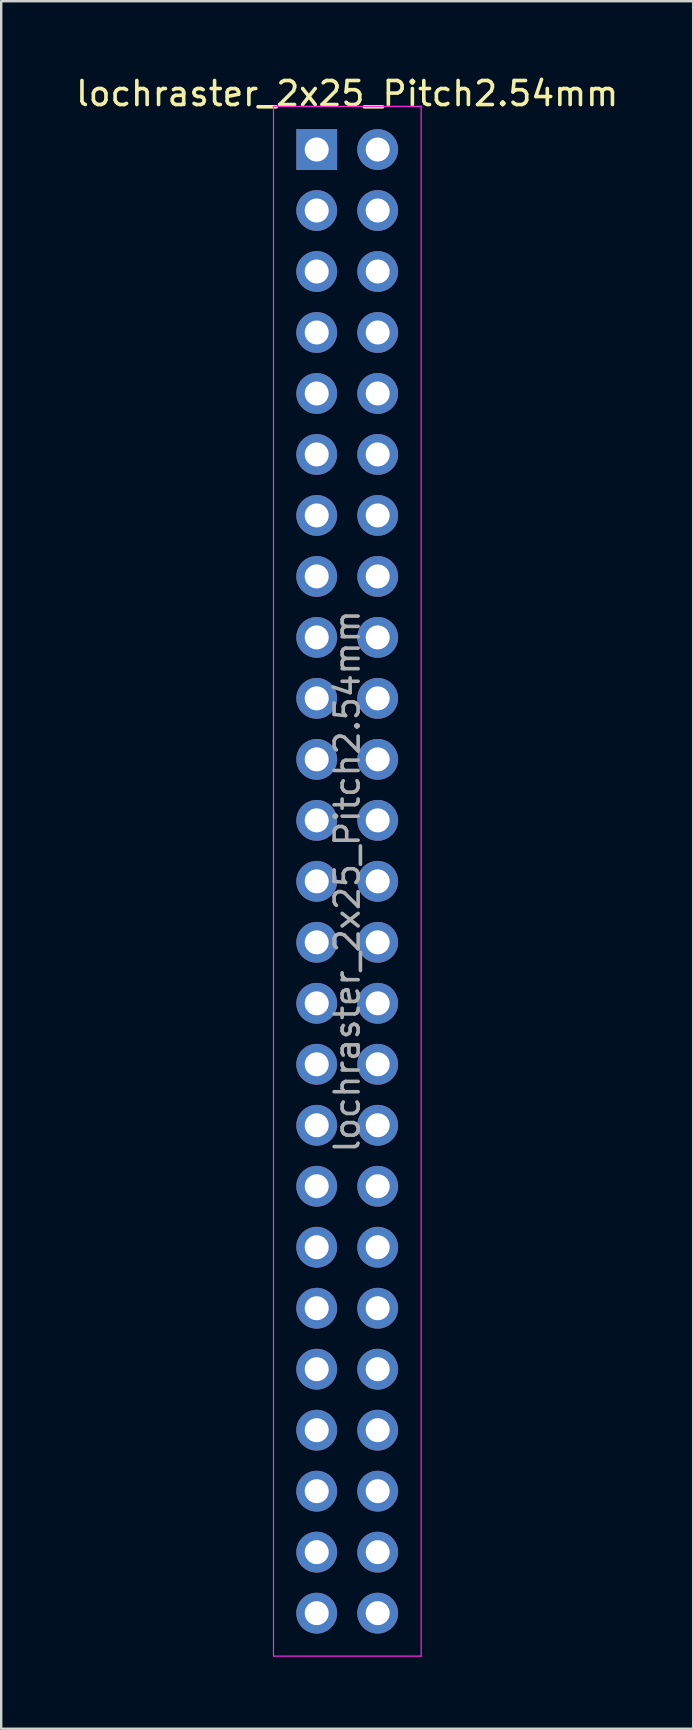
<source format=kicad_pcb>
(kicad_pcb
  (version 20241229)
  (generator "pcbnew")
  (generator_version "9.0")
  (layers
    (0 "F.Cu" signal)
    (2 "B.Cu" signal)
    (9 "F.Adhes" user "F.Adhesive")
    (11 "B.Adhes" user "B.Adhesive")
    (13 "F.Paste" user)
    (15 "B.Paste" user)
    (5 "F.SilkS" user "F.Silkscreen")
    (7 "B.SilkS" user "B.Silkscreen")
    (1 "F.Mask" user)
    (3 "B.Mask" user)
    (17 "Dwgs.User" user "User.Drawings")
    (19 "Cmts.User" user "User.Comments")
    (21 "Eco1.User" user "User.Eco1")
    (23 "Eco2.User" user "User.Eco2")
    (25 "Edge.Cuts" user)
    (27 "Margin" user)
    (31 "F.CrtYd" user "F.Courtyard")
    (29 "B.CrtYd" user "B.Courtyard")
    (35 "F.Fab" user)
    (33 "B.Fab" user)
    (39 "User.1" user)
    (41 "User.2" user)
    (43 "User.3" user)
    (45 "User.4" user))
  (footprint "lochraster_2x25_Pitch2.54mm"
    (layer "F.Cu")
    (at 10.141 3.178)
    (property "Reference" "lochraster_2x25_Pitch2.54mm" (at 1.27 -2.33 0) (layer "F.SilkS") (effects (font (size 1 1) (thickness 0.15))))
    (attr through_hole)
    (fp_line (start -1.8 -1.8) (end -1.8 62.75) (stroke (width 0.05) (type solid)) (layer "F.CrtYd"))
    (fp_line (start -1.8 62.75) (end 4.35 62.75) (stroke (width 0.05) (type solid)) (layer "F.CrtYd"))
    (fp_line (start 4.35 -1.8) (end -1.8 -1.8) (stroke (width 0.05) (type solid)) (layer "F.CrtYd"))
    (fp_line (start 4.35 62.75) (end 4.35 -1.8) (stroke (width 0.05) (type solid)) (layer "F.CrtYd"))
    (fp_text user "${REFERENCE}" (at 1.27 30.48 90) (layer "F.Fab") (effects (font (size 1 1) (thickness 0.15))))
    (pad "1" thru_hole rect (at 0 0) (size 1.7 1.7) (drill 1) (layers "*.Cu" "*.Mask"))
    (pad "2" thru_hole oval (at 2.54 0) (size 1.7 1.7) (drill 1) (layers "*.Cu" "*.Mask"))
    (pad "3" thru_hole oval (at 0 2.54) (size 1.7 1.7) (drill 1) (layers "*.Cu" "*.Mask"))
    (pad "4" thru_hole oval (at 2.54 2.54) (size 1.7 1.7) (drill 1) (layers "*.Cu" "*.Mask"))
    (pad "5" thru_hole oval (at 0 5.08) (size 1.7 1.7) (drill 1) (layers "*.Cu" "*.Mask"))
    (pad "6" thru_hole oval (at 2.54 5.08) (size 1.7 1.7) (drill 1) (layers "*.Cu" "*.Mask"))
    (pad "7" thru_hole oval (at 0 7.62) (size 1.7 1.7) (drill 1) (layers "*.Cu" "*.Mask"))
    (pad "8" thru_hole oval (at 2.54 7.62) (size 1.7 1.7) (drill 1) (layers "*.Cu" "*.Mask"))
    (pad "9" thru_hole oval (at 0 10.16) (size 1.7 1.7) (drill 1) (layers "*.Cu" "*.Mask"))
    (pad "10" thru_hole oval (at 2.54 10.16) (size 1.7 1.7) (drill 1) (layers "*.Cu" "*.Mask"))
    (pad "11" thru_hole oval (at 0 12.7) (size 1.7 1.7) (drill 1) (layers "*.Cu" "*.Mask"))
    (pad "12" thru_hole oval (at 2.54 12.7) (size 1.7 1.7) (drill 1) (layers "*.Cu" "*.Mask"))
    (pad "13" thru_hole oval (at 0 15.24) (size 1.7 1.7) (drill 1) (layers "*.Cu" "*.Mask"))
    (pad "14" thru_hole oval (at 2.54 15.24) (size 1.7 1.7) (drill 1) (layers "*.Cu" "*.Mask"))
    (pad "15" thru_hole oval (at 0 17.78) (size 1.7 1.7) (drill 1) (layers "*.Cu" "*.Mask"))
    (pad "16" thru_hole oval (at 2.54 17.78) (size 1.7 1.7) (drill 1) (layers "*.Cu" "*.Mask"))
    (pad "17" thru_hole oval (at 0 20.32) (size 1.7 1.7) (drill 1) (layers "*.Cu" "*.Mask"))
    (pad "18" thru_hole oval (at 2.54 20.32) (size 1.7 1.7) (drill 1) (layers "*.Cu" "*.Mask"))
    (pad "19" thru_hole oval (at 0 22.86) (size 1.7 1.7) (drill 1) (layers "*.Cu" "*.Mask"))
    (pad "20" thru_hole oval (at 2.54 22.86) (size 1.7 1.7) (drill 1) (layers "*.Cu" "*.Mask"))
    (pad "21" thru_hole oval (at 0 25.4) (size 1.7 1.7) (drill 1) (layers "*.Cu" "*.Mask"))
    (pad "22" thru_hole oval (at 2.54 25.4) (size 1.7 1.7) (drill 1) (layers "*.Cu" "*.Mask"))
    (pad "23" thru_hole oval (at 0 27.94) (size 1.7 1.7) (drill 1) (layers "*.Cu" "*.Mask"))
    (pad "24" thru_hole oval (at 2.54 27.94) (size 1.7 1.7) (drill 1) (layers "*.Cu" "*.Mask"))
    (pad "25" thru_hole oval (at 0 30.48) (size 1.7 1.7) (drill 1) (layers "*.Cu" "*.Mask"))
    (pad "26" thru_hole oval (at 2.54 30.48) (size 1.7 1.7) (drill 1) (layers "*.Cu" "*.Mask"))
    (pad "27" thru_hole oval (at 0 33.02) (size 1.7 1.7) (drill 1) (layers "*.Cu" "*.Mask"))
    (pad "28" thru_hole oval (at 2.54 33.02) (size 1.7 1.7) (drill 1) (layers "*.Cu" "*.Mask"))
    (pad "29" thru_hole oval (at 0 35.56) (size 1.7 1.7) (drill 1) (layers "*.Cu" "*.Mask"))
    (pad "30" thru_hole oval (at 2.54 35.56) (size 1.7 1.7) (drill 1) (layers "*.Cu" "*.Mask"))
    (pad "31" thru_hole oval (at 0 38.1) (size 1.7 1.7) (drill 1) (layers "*.Cu" "*.Mask"))
    (pad "32" thru_hole oval (at 2.54 38.1) (size 1.7 1.7) (drill 1) (layers "*.Cu" "*.Mask"))
    (pad "33" thru_hole oval (at 0 40.64) (size 1.7 1.7) (drill 1) (layers "*.Cu" "*.Mask"))
    (pad "34" thru_hole oval (at 2.54 40.64) (size 1.7 1.7) (drill 1) (layers "*.Cu" "*.Mask"))
    (pad "35" thru_hole oval (at 0 43.18) (size 1.7 1.7) (drill 1) (layers "*.Cu" "*.Mask"))
    (pad "36" thru_hole oval (at 2.54 43.18) (size 1.7 1.7) (drill 1) (layers "*.Cu" "*.Mask"))
    (pad "37" thru_hole oval (at 0 45.72) (size 1.7 1.7) (drill 1) (layers "*.Cu" "*.Mask"))
    (pad "38" thru_hole oval (at 2.54 45.72) (size 1.7 1.7) (drill 1) (layers "*.Cu" "*.Mask"))
    (pad "39" thru_hole oval (at 0 48.26) (size 1.7 1.7) (drill 1) (layers "*.Cu" "*.Mask"))
    (pad "40" thru_hole oval (at 2.54 48.26) (size 1.7 1.7) (drill 1) (layers "*.Cu" "*.Mask"))
    (pad "41" thru_hole oval (at 0 50.8) (size 1.7 1.7) (drill 1) (layers "*.Cu" "*.Mask"))
    (pad "42" thru_hole oval (at 2.54 50.8) (size 1.7 1.7) (drill 1) (layers "*.Cu" "*.Mask"))
    (pad "43" thru_hole oval (at 0 53.34) (size 1.7 1.7) (drill 1) (layers "*.Cu" "*.Mask"))
    (pad "44" thru_hole oval (at 2.54 53.34) (size 1.7 1.7) (drill 1) (layers "*.Cu" "*.Mask"))
    (pad "45" thru_hole oval (at 0 55.88) (size 1.7 1.7) (drill 1) (layers "*.Cu" "*.Mask"))
    (pad "46" thru_hole oval (at 2.54 55.88) (size 1.7 1.7) (drill 1) (layers "*.Cu" "*.Mask"))
    (pad "47" thru_hole oval (at 0 58.42) (size 1.7 1.7) (drill 1) (layers "*.Cu" "*.Mask"))
    (pad "48" thru_hole oval (at 2.54 58.42) (size 1.7 1.7) (drill 1) (layers "*.Cu" "*.Mask"))
    (pad "49" thru_hole oval (at 0 60.96) (size 1.7 1.7) (drill 1) (layers "*.Cu" "*.Mask"))
    (pad "50" thru_hole oval (at 2.54 60.96) (size 1.7 1.7) (drill 1) (layers "*.Cu" "*.Mask")))
  (gr_rect
    (start -3 -3)
    (end 25.821 68.953)
    (stroke (width 0.1) (type default))
    (fill no)
    (layer "Edge.Cuts")))
</source>
